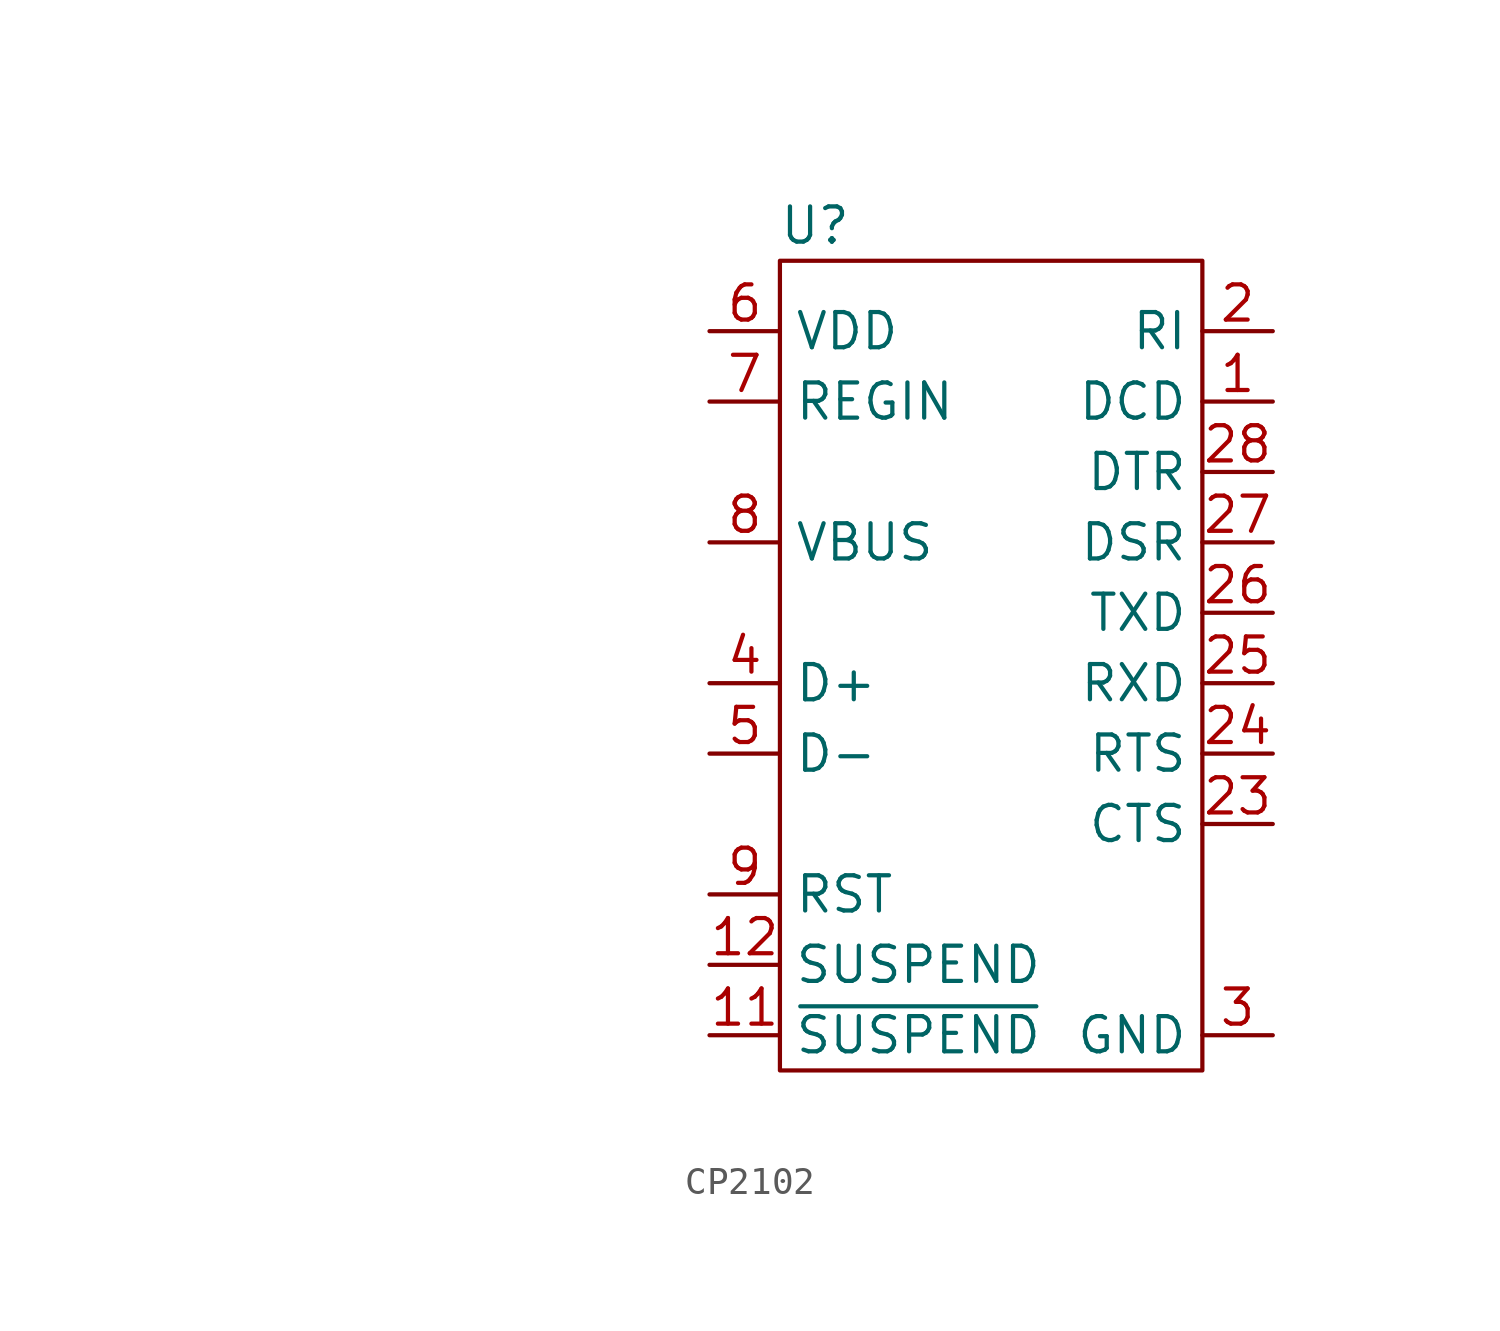
<source format=kicad_sym>
(kicad_symbol_lib
  (version 20220914)
  (generator kicad_symbol_editor)
  (symbol "CP2102"
    (property "Reference" "U"
      (at -6.35 15.24 0)
      (effects (font (size 1.27 1.27))))
    (property "Value" ""
      (at -6.35 15.24 0)
      (effects (font (size 1.27 1.27))))
    (symbol "CP2102_0_1"
      (rectangle (start -7.62 13.97) (end 7.62 -15.24) (stroke (width 0) (type default)) (fill (type none))))
    (symbol "CP2102_1_1"
      (pin input line (at 10.16 8.89 180) (length 2.54) (name "DCD" (effects (font (size 1.27 1.27)))) (number "1" (effects (font (size 1.27 1.27)))))
      (pin no_connect line (at -27.94 11.43 0) (length 2.54) hide (name "NC" (effects (font (size 1.27 1.27)))) (number "10" (effects (font (size 1.27 1.27)))))
      (pin output line (at -10.16 -13.97 0) (length 2.54) (name "~{SUSPEND}" (effects (font (size 1.27 1.27)))) (number "11" (effects (font (size 1.27 1.27)))))
      (pin output line (at -10.16 -11.43 0) (length 2.54) (name "SUSPEND" (effects (font (size 1.27 1.27)))) (number "12" (effects (font (size 1.27 1.27)))))
      (pin no_connect line (at -27.94 8.89 0) (length 2.54) hide (name "NC" (effects (font (size 1.27 1.27)))) (number "13" (effects (font (size 1.27 1.27)))))
      (pin no_connect line (at -27.94 6.35 0) (length 2.54) hide (name "NC" (effects (font (size 1.27 1.27)))) (number "14" (effects (font (size 1.27 1.27)))))
      (pin no_connect line (at -27.94 3.81 0) (length 2.54) hide (name "NC" (effects (font (size 1.27 1.27)))) (number "15" (effects (font (size 1.27 1.27)))))
      (pin no_connect line (at -27.94 1.27 0) (length 2.54) hide (name "NC" (effects (font (size 1.27 1.27)))) (number "16" (effects (font (size 1.27 1.27)))))
      (pin no_connect line (at -27.94 -1.27 0) (length 2.54) hide (name "NC" (effects (font (size 1.27 1.27)))) (number "17" (effects (font (size 1.27 1.27)))))
      (pin no_connect line (at -27.94 -3.81 0) (length 2.54) hide (name "NC" (effects (font (size 1.27 1.27)))) (number "18" (effects (font (size 1.27 1.27)))))
      (pin no_connect line (at -27.94 -6.35 0) (length 2.54) hide (name "NC" (effects (font (size 1.27 1.27)))) (number "19" (effects (font (size 1.27 1.27)))))
      (pin input line (at 10.16 11.43 180) (length 2.54) (name "RI" (effects (font (size 1.27 1.27)))) (number "2" (effects (font (size 1.27 1.27)))))
      (pin no_connect line (at -27.94 -8.89 0) (length 2.54) hide (name "NC" (effects (font (size 1.27 1.27)))) (number "20" (effects (font (size 1.27 1.27)))))
      (pin no_connect line (at -27.94 -11.43 0) (length 2.54) hide (name "NC" (effects (font (size 1.27 1.27)))) (number "21" (effects (font (size 1.27 1.27)))))
      (pin no_connect line (at -27.94 -13.97 0) (length 2.54) hide (name "NC" (effects (font (size 1.27 1.27)))) (number "22" (effects (font (size 1.27 1.27)))))
      (pin input line (at 10.16 -6.35 180) (length 2.54) (name "CTS" (effects (font (size 1.27 1.27)))) (number "23" (effects (font (size 1.27 1.27)))))
      (pin output line (at 10.16 -3.81 180) (length 2.54) (name "RTS" (effects (font (size 1.27 1.27)))) (number "24" (effects (font (size 1.27 1.27)))))
      (pin input line (at 10.16 -1.27 180) (length 2.54) (name "RXD" (effects (font (size 1.27 1.27)))) (number "25" (effects (font (size 1.27 1.27)))))
      (pin output line (at 10.16 1.27 180) (length 2.54) (name "TXD" (effects (font (size 1.27 1.27)))) (number "26" (effects (font (size 1.27 1.27)))))
      (pin input line (at 10.16 3.81 180) (length 2.54) (name "DSR" (effects (font (size 1.27 1.27)))) (number "27" (effects (font (size 1.27 1.27)))))
      (pin output line (at 10.16 6.35 180) (length 2.54) (name "DTR" (effects (font (size 1.27 1.27)))) (number "28" (effects (font (size 1.27 1.27)))))
      (pin power_out line (at 10.16 -13.97 180) (length 2.54) (name "GND" (effects (font (size 1.27 1.27)))) (number "3" (effects (font (size 1.27 1.27)))))
      (pin bidirectional line (at -10.16 -1.27 0) (length 2.54) (name "D+" (effects (font (size 1.27 1.27)))) (number "4" (effects (font (size 1.27 1.27)))))
      (pin bidirectional line (at -10.16 -3.81 0) (length 2.54) (name "D-" (effects (font (size 1.27 1.27)))) (number "5" (effects (font (size 1.27 1.27)))))
      (pin power_in line (at -10.16 11.43 0) (length 2.54) (name "VDD" (effects (font (size 1.27 1.27)))) (number "6" (effects (font (size 1.27 1.27)))))
      (pin power_in line (at -10.16 8.89 0) (length 2.54) (name "REGIN" (effects (font (size 1.27 1.27)))) (number "7" (effects (font (size 1.27 1.27)))))
      (pin input line (at -10.16 3.81 0) (length 2.54) (name "VBUS" (effects (font (size 1.27 1.27)))) (number "8" (effects (font (size 1.27 1.27)))))
      (pin bidirectional line (at -10.16 -8.89 0) (length 2.54) (name "RST" (effects (font (size 1.27 1.27)))) (number "9" (effects (font (size 1.27 1.27))))))))
</source>
